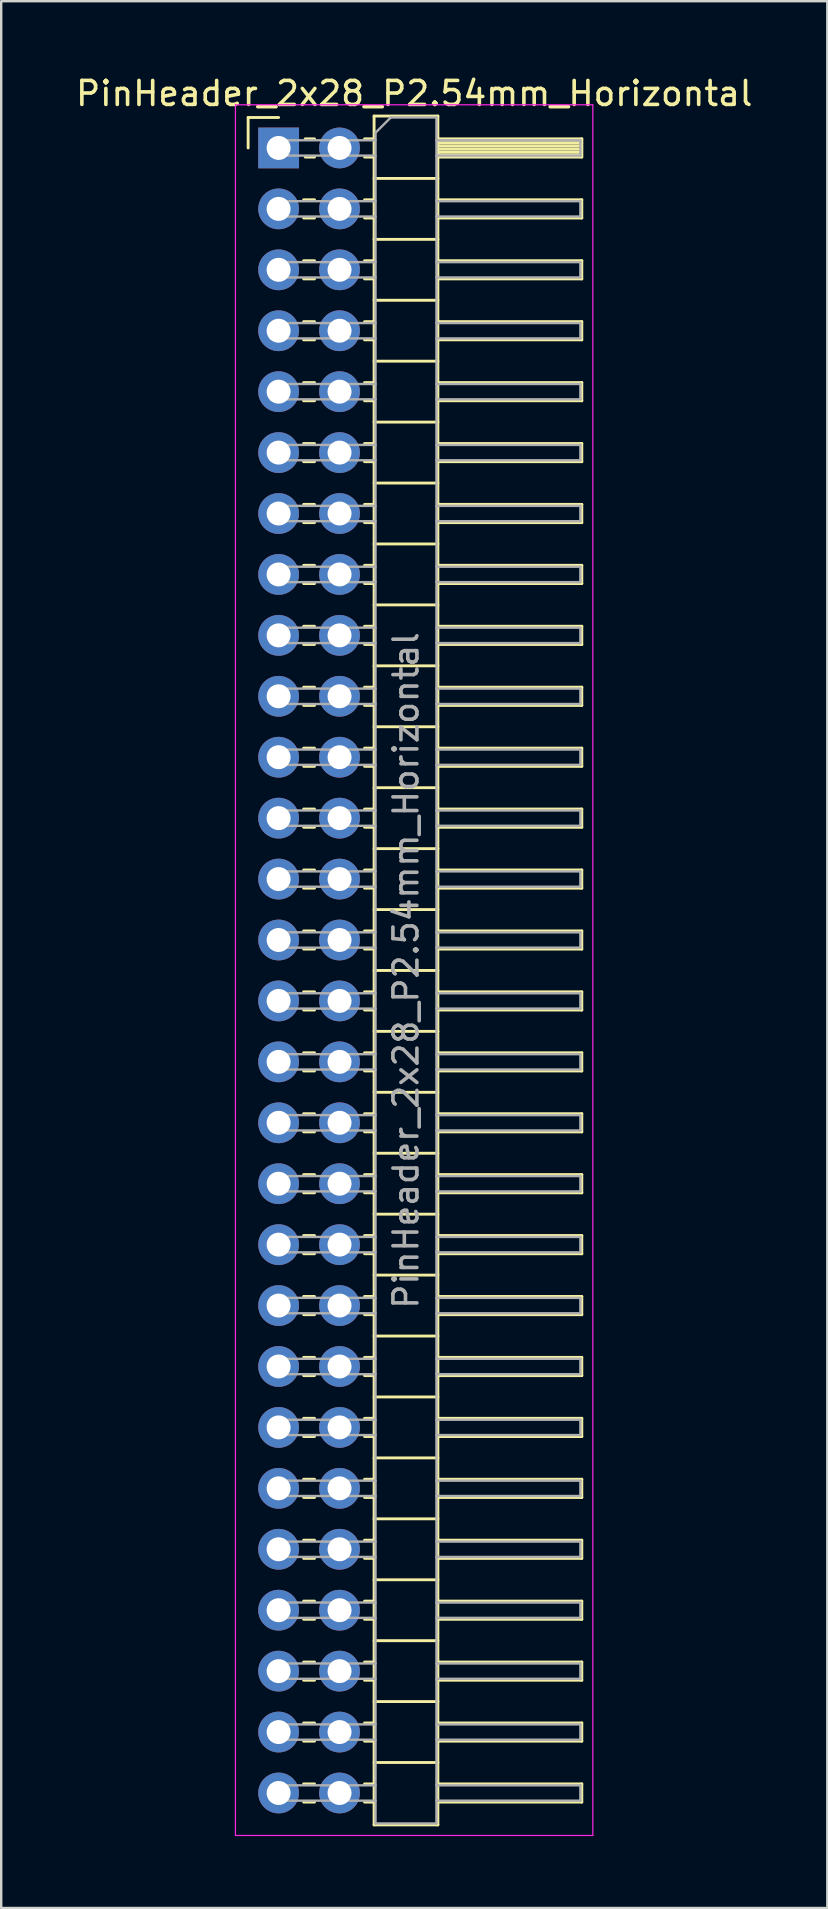
<source format=kicad_pcb>
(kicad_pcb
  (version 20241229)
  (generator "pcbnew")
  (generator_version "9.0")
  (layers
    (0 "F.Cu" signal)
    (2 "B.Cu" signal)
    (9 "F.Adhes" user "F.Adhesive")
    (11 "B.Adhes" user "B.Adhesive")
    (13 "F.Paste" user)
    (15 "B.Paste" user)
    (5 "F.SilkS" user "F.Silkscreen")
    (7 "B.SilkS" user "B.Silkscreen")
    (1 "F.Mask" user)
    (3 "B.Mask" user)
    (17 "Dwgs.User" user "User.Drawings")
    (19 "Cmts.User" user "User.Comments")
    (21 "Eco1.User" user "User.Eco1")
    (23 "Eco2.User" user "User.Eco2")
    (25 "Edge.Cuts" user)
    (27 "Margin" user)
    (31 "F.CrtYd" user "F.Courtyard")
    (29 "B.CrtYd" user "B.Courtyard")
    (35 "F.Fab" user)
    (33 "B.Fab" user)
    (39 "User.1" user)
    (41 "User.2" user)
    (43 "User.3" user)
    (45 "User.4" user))
  (footprint "PinHeader_2x28_P2.54mm_Horizontal"
    (layer "F.Cu")
    (at 8.565 3.118)
    (property "Reference" "PinHeader_2x28_P2.54mm_Horizontal" (at 5.655 -2.27 0) (layer "F.SilkS") (effects (font (size 1 1) (thickness 0.15))))
    (attr through_hole)
    (fp_line (start -1.27 -1.27) (end 0 -1.27) (stroke (width 0.12) (type solid)) (layer "F.SilkS"))
    (fp_line (start -1.27 0) (end -1.27 -1.27) (stroke (width 0.12) (type solid)) (layer "F.SilkS"))
    (fp_line (start 1.043 2.16) (end 1.497 2.16) (stroke (width 0.12) (type solid)) (layer "F.SilkS"))
    (fp_line (start 1.043 2.92) (end 1.497 2.92) (stroke (width 0.12) (type solid)) (layer "F.SilkS"))
    (fp_line (start 1.043 4.7) (end 1.497 4.7) (stroke (width 0.12) (type solid)) (layer "F.SilkS"))
    (fp_line (start 1.043 5.46) (end 1.497 5.46) (stroke (width 0.12) (type solid)) (layer "F.SilkS"))
    (fp_line (start 1.043 7.24) (end 1.497 7.24) (stroke (width 0.12) (type solid)) (layer "F.SilkS"))
    (fp_line (start 1.043 8) (end 1.497 8) (stroke (width 0.12) (type solid)) (layer "F.SilkS"))
    (fp_line (start 1.043 9.78) (end 1.497 9.78) (stroke (width 0.12) (type solid)) (layer "F.SilkS"))
    (fp_line (start 1.043 10.54) (end 1.497 10.54) (stroke (width 0.12) (type solid)) (layer "F.SilkS"))
    (fp_line (start 1.043 12.32) (end 1.497 12.32) (stroke (width 0.12) (type solid)) (layer "F.SilkS"))
    (fp_line (start 1.043 13.08) (end 1.497 13.08) (stroke (width 0.12) (type solid)) (layer "F.SilkS"))
    (fp_line (start 1.043 14.86) (end 1.497 14.86) (stroke (width 0.12) (type solid)) (layer "F.SilkS"))
    (fp_line (start 1.043 15.62) (end 1.497 15.62) (stroke (width 0.12) (type solid)) (layer "F.SilkS"))
    (fp_line (start 1.043 17.4) (end 1.497 17.4) (stroke (width 0.12) (type solid)) (layer "F.SilkS"))
    (fp_line (start 1.043 18.16) (end 1.497 18.16) (stroke (width 0.12) (type solid)) (layer "F.SilkS"))
    (fp_line (start 1.043 19.94) (end 1.497 19.94) (stroke (width 0.12) (type solid)) (layer "F.SilkS"))
    (fp_line (start 1.043 20.7) (end 1.497 20.7) (stroke (width 0.12) (type solid)) (layer "F.SilkS"))
    (fp_line (start 1.043 22.48) (end 1.497 22.48) (stroke (width 0.12) (type solid)) (layer "F.SilkS"))
    (fp_line (start 1.043 23.24) (end 1.497 23.24) (stroke (width 0.12) (type solid)) (layer "F.SilkS"))
    (fp_line (start 1.043 25.02) (end 1.497 25.02) (stroke (width 0.12) (type solid)) (layer "F.SilkS"))
    (fp_line (start 1.043 25.78) (end 1.497 25.78) (stroke (width 0.12) (type solid)) (layer "F.SilkS"))
    (fp_line (start 1.043 27.56) (end 1.497 27.56) (stroke (width 0.12) (type solid)) (layer "F.SilkS"))
    (fp_line (start 1.043 28.32) (end 1.497 28.32) (stroke (width 0.12) (type solid)) (layer "F.SilkS"))
    (fp_line (start 1.043 30.1) (end 1.497 30.1) (stroke (width 0.12) (type solid)) (layer "F.SilkS"))
    (fp_line (start 1.043 30.86) (end 1.497 30.86) (stroke (width 0.12) (type solid)) (layer "F.SilkS"))
    (fp_line (start 1.043 32.64) (end 1.497 32.64) (stroke (width 0.12) (type solid)) (layer "F.SilkS"))
    (fp_line (start 1.043 33.4) (end 1.497 33.4) (stroke (width 0.12) (type solid)) (layer "F.SilkS"))
    (fp_line (start 1.043 35.18) (end 1.497 35.18) (stroke (width 0.12) (type solid)) (layer "F.SilkS"))
    (fp_line (start 1.043 35.94) (end 1.497 35.94) (stroke (width 0.12) (type solid)) (layer "F.SilkS"))
    (fp_line (start 1.043 37.72) (end 1.497 37.72) (stroke (width 0.12) (type solid)) (layer "F.SilkS"))
    (fp_line (start 1.043 38.48) (end 1.497 38.48) (stroke (width 0.12) (type solid)) (layer "F.SilkS"))
    (fp_line (start 1.043 40.26) (end 1.497 40.26) (stroke (width 0.12) (type solid)) (layer "F.SilkS"))
    (fp_line (start 1.043 41.02) (end 1.497 41.02) (stroke (width 0.12) (type solid)) (layer "F.SilkS"))
    (fp_line (start 1.043 42.8) (end 1.497 42.8) (stroke (width 0.12) (type solid)) (layer "F.SilkS"))
    (fp_line (start 1.043 43.56) (end 1.497 43.56) (stroke (width 0.12) (type solid)) (layer "F.SilkS"))
    (fp_line (start 1.043 45.34) (end 1.497 45.34) (stroke (width 0.12) (type solid)) (layer "F.SilkS"))
    (fp_line (start 1.043 46.1) (end 1.497 46.1) (stroke (width 0.12) (type solid)) (layer "F.SilkS"))
    (fp_line (start 1.043 47.88) (end 1.497 47.88) (stroke (width 0.12) (type solid)) (layer "F.SilkS"))
    (fp_line (start 1.043 48.64) (end 1.497 48.64) (stroke (width 0.12) (type solid)) (layer "F.SilkS"))
    (fp_line (start 1.043 50.42) (end 1.497 50.42) (stroke (width 0.12) (type solid)) (layer "F.SilkS"))
    (fp_line (start 1.043 51.18) (end 1.497 51.18) (stroke (width 0.12) (type solid)) (layer "F.SilkS"))
    (fp_line (start 1.043 52.96) (end 1.497 52.96) (stroke (width 0.12) (type solid)) (layer "F.SilkS"))
    (fp_line (start 1.043 53.72) (end 1.497 53.72) (stroke (width 0.12) (type solid)) (layer "F.SilkS"))
    (fp_line (start 1.043 55.5) (end 1.497 55.5) (stroke (width 0.12) (type solid)) (layer "F.SilkS"))
    (fp_line (start 1.043 56.26) (end 1.497 56.26) (stroke (width 0.12) (type solid)) (layer "F.SilkS"))
    (fp_line (start 1.043 58.04) (end 1.497 58.04) (stroke (width 0.12) (type solid)) (layer "F.SilkS"))
    (fp_line (start 1.043 58.8) (end 1.497 58.8) (stroke (width 0.12) (type solid)) (layer "F.SilkS"))
    (fp_line (start 1.043 60.58) (end 1.497 60.58) (stroke (width 0.12) (type solid)) (layer "F.SilkS"))
    (fp_line (start 1.043 61.34) (end 1.497 61.34) (stroke (width 0.12) (type solid)) (layer "F.SilkS"))
    (fp_line (start 1.043 63.12) (end 1.497 63.12) (stroke (width 0.12) (type solid)) (layer "F.SilkS"))
    (fp_line (start 1.043 63.88) (end 1.497 63.88) (stroke (width 0.12) (type solid)) (layer "F.SilkS"))
    (fp_line (start 1.043 65.66) (end 1.497 65.66) (stroke (width 0.12) (type solid)) (layer "F.SilkS"))
    (fp_line (start 1.043 66.42) (end 1.497 66.42) (stroke (width 0.12) (type solid)) (layer "F.SilkS"))
    (fp_line (start 1.043 68.2) (end 1.497 68.2) (stroke (width 0.12) (type solid)) (layer "F.SilkS"))
    (fp_line (start 1.043 68.96) (end 1.497 68.96) (stroke (width 0.12) (type solid)) (layer "F.SilkS"))
    (fp_line (start 1.11 -0.38) (end 1.497 -0.38) (stroke (width 0.12) (type solid)) (layer "F.SilkS"))
    (fp_line (start 1.11 0.38) (end 1.497 0.38) (stroke (width 0.12) (type solid)) (layer "F.SilkS"))
    (fp_line (start 3.583 -0.38) (end 3.98 -0.38) (stroke (width 0.12) (type solid)) (layer "F.SilkS"))
    (fp_line (start 3.583 0.38) (end 3.98 0.38) (stroke (width 0.12) (type solid)) (layer "F.SilkS"))
    (fp_line (start 3.583 2.16) (end 3.98 2.16) (stroke (width 0.12) (type solid)) (layer "F.SilkS"))
    (fp_line (start 3.583 2.92) (end 3.98 2.92) (stroke (width 0.12) (type solid)) (layer "F.SilkS"))
    (fp_line (start 3.583 4.7) (end 3.98 4.7) (stroke (width 0.12) (type solid)) (layer "F.SilkS"))
    (fp_line (start 3.583 5.46) (end 3.98 5.46) (stroke (width 0.12) (type solid)) (layer "F.SilkS"))
    (fp_line (start 3.583 7.24) (end 3.98 7.24) (stroke (width 0.12) (type solid)) (layer "F.SilkS"))
    (fp_line (start 3.583 8) (end 3.98 8) (stroke (width 0.12) (type solid)) (layer "F.SilkS"))
    (fp_line (start 3.583 9.78) (end 3.98 9.78) (stroke (width 0.12) (type solid)) (layer "F.SilkS"))
    (fp_line (start 3.583 10.54) (end 3.98 10.54) (stroke (width 0.12) (type solid)) (layer "F.SilkS"))
    (fp_line (start 3.583 12.32) (end 3.98 12.32) (stroke (width 0.12) (type solid)) (layer "F.SilkS"))
    (fp_line (start 3.583 13.08) (end 3.98 13.08) (stroke (width 0.12) (type solid)) (layer "F.SilkS"))
    (fp_line (start 3.583 14.86) (end 3.98 14.86) (stroke (width 0.12) (type solid)) (layer "F.SilkS"))
    (fp_line (start 3.583 15.62) (end 3.98 15.62) (stroke (width 0.12) (type solid)) (layer "F.SilkS"))
    (fp_line (start 3.583 17.4) (end 3.98 17.4) (stroke (width 0.12) (type solid)) (layer "F.SilkS"))
    (fp_line (start 3.583 18.16) (end 3.98 18.16) (stroke (width 0.12) (type solid)) (layer "F.SilkS"))
    (fp_line (start 3.583 19.94) (end 3.98 19.94) (stroke (width 0.12) (type solid)) (layer "F.SilkS"))
    (fp_line (start 3.583 20.7) (end 3.98 20.7) (stroke (width 0.12) (type solid)) (layer "F.SilkS"))
    (fp_line (start 3.583 22.48) (end 3.98 22.48) (stroke (width 0.12) (type solid)) (layer "F.SilkS"))
    (fp_line (start 3.583 23.24) (end 3.98 23.24) (stroke (width 0.12) (type solid)) (layer "F.SilkS"))
    (fp_line (start 3.583 25.02) (end 3.98 25.02) (stroke (width 0.12) (type solid)) (layer "F.SilkS"))
    (fp_line (start 3.583 25.78) (end 3.98 25.78) (stroke (width 0.12) (type solid)) (layer "F.SilkS"))
    (fp_line (start 3.583 27.56) (end 3.98 27.56) (stroke (width 0.12) (type solid)) (layer "F.SilkS"))
    (fp_line (start 3.583 28.32) (end 3.98 28.32) (stroke (width 0.12) (type solid)) (layer "F.SilkS"))
    (fp_line (start 3.583 30.1) (end 3.98 30.1) (stroke (width 0.12) (type solid)) (layer "F.SilkS"))
    (fp_line (start 3.583 30.86) (end 3.98 30.86) (stroke (width 0.12) (type solid)) (layer "F.SilkS"))
    (fp_line (start 3.583 32.64) (end 3.98 32.64) (stroke (width 0.12) (type solid)) (layer "F.SilkS"))
    (fp_line (start 3.583 33.4) (end 3.98 33.4) (stroke (width 0.12) (type solid)) (layer "F.SilkS"))
    (fp_line (start 3.583 35.18) (end 3.98 35.18) (stroke (width 0.12) (type solid)) (layer "F.SilkS"))
    (fp_line (start 3.583 35.94) (end 3.98 35.94) (stroke (width 0.12) (type solid)) (layer "F.SilkS"))
    (fp_line (start 3.583 37.72) (end 3.98 37.72) (stroke (width 0.12) (type solid)) (layer "F.SilkS"))
    (fp_line (start 3.583 38.48) (end 3.98 38.48) (stroke (width 0.12) (type solid)) (layer "F.SilkS"))
    (fp_line (start 3.583 40.26) (end 3.98 40.26) (stroke (width 0.12) (type solid)) (layer "F.SilkS"))
    (fp_line (start 3.583 41.02) (end 3.98 41.02) (stroke (width 0.12) (type solid)) (layer "F.SilkS"))
    (fp_line (start 3.583 42.8) (end 3.98 42.8) (stroke (width 0.12) (type solid)) (layer "F.SilkS"))
    (fp_line (start 3.583 43.56) (end 3.98 43.56) (stroke (width 0.12) (type solid)) (layer "F.SilkS"))
    (fp_line (start 3.583 45.34) (end 3.98 45.34) (stroke (width 0.12) (type solid)) (layer "F.SilkS"))
    (fp_line (start 3.583 46.1) (end 3.98 46.1) (stroke (width 0.12) (type solid)) (layer "F.SilkS"))
    (fp_line (start 3.583 47.88) (end 3.98 47.88) (stroke (width 0.12) (type solid)) (layer "F.SilkS"))
    (fp_line (start 3.583 48.64) (end 3.98 48.64) (stroke (width 0.12) (type solid)) (layer "F.SilkS"))
    (fp_line (start 3.583 50.42) (end 3.98 50.42) (stroke (width 0.12) (type solid)) (layer "F.SilkS"))
    (fp_line (start 3.583 51.18) (end 3.98 51.18) (stroke (width 0.12) (type solid)) (layer "F.SilkS"))
    (fp_line (start 3.583 52.96) (end 3.98 52.96) (stroke (width 0.12) (type solid)) (layer "F.SilkS"))
    (fp_line (start 3.583 53.72) (end 3.98 53.72) (stroke (width 0.12) (type solid)) (layer "F.SilkS"))
    (fp_line (start 3.583 55.5) (end 3.98 55.5) (stroke (width 0.12) (type solid)) (layer "F.SilkS"))
    (fp_line (start 3.583 56.26) (end 3.98 56.26) (stroke (width 0.12) (type solid)) (layer "F.SilkS"))
    (fp_line (start 3.583 58.04) (end 3.98 58.04) (stroke (width 0.12) (type solid)) (layer "F.SilkS"))
    (fp_line (start 3.583 58.8) (end 3.98 58.8) (stroke (width 0.12) (type solid)) (layer "F.SilkS"))
    (fp_line (start 3.583 60.58) (end 3.98 60.58) (stroke (width 0.12) (type solid)) (layer "F.SilkS"))
    (fp_line (start 3.583 61.34) (end 3.98 61.34) (stroke (width 0.12) (type solid)) (layer "F.SilkS"))
    (fp_line (start 3.583 63.12) (end 3.98 63.12) (stroke (width 0.12) (type solid)) (layer "F.SilkS"))
    (fp_line (start 3.583 63.88) (end 3.98 63.88) (stroke (width 0.12) (type solid)) (layer "F.SilkS"))
    (fp_line (start 3.583 65.66) (end 3.98 65.66) (stroke (width 0.12) (type solid)) (layer "F.SilkS"))
    (fp_line (start 3.583 66.42) (end 3.98 66.42) (stroke (width 0.12) (type solid)) (layer "F.SilkS"))
    (fp_line (start 3.583 68.2) (end 3.98 68.2) (stroke (width 0.12) (type solid)) (layer "F.SilkS"))
    (fp_line (start 3.583 68.96) (end 3.98 68.96) (stroke (width 0.12) (type solid)) (layer "F.SilkS"))
    (fp_line (start 3.98 -1.33) (end 3.98 69.91) (stroke (width 0.12) (type solid)) (layer "F.SilkS"))
    (fp_line (start 3.98 1.27) (end 6.64 1.27) (stroke (width 0.12) (type solid)) (layer "F.SilkS"))
    (fp_line (start 3.98 3.81) (end 6.64 3.81) (stroke (width 0.12) (type solid)) (layer "F.SilkS"))
    (fp_line (start 3.98 6.35) (end 6.64 6.35) (stroke (width 0.12) (type solid)) (layer "F.SilkS"))
    (fp_line (start 3.98 8.89) (end 6.64 8.89) (stroke (width 0.12) (type solid)) (layer "F.SilkS"))
    (fp_line (start 3.98 11.43) (end 6.64 11.43) (stroke (width 0.12) (type solid)) (layer "F.SilkS"))
    (fp_line (start 3.98 13.97) (end 6.64 13.97) (stroke (width 0.12) (type solid)) (layer "F.SilkS"))
    (fp_line (start 3.98 16.51) (end 6.64 16.51) (stroke (width 0.12) (type solid)) (layer "F.SilkS"))
    (fp_line (start 3.98 19.05) (end 6.64 19.05) (stroke (width 0.12) (type solid)) (layer "F.SilkS"))
    (fp_line (start 3.98 21.59) (end 6.64 21.59) (stroke (width 0.12) (type solid)) (layer "F.SilkS"))
    (fp_line (start 3.98 24.13) (end 6.64 24.13) (stroke (width 0.12) (type solid)) (layer "F.SilkS"))
    (fp_line (start 3.98 26.67) (end 6.64 26.67) (stroke (width 0.12) (type solid)) (layer "F.SilkS"))
    (fp_line (start 3.98 29.21) (end 6.64 29.21) (stroke (width 0.12) (type solid)) (layer "F.SilkS"))
    (fp_line (start 3.98 31.75) (end 6.64 31.75) (stroke (width 0.12) (type solid)) (layer "F.SilkS"))
    (fp_line (start 3.98 34.29) (end 6.64 34.29) (stroke (width 0.12) (type solid)) (layer "F.SilkS"))
    (fp_line (start 3.98 36.83) (end 6.64 36.83) (stroke (width 0.12) (type solid)) (layer "F.SilkS"))
    (fp_line (start 3.98 39.37) (end 6.64 39.37) (stroke (width 0.12) (type solid)) (layer "F.SilkS"))
    (fp_line (start 3.98 41.91) (end 6.64 41.91) (stroke (width 0.12) (type solid)) (layer "F.SilkS"))
    (fp_line (start 3.98 44.45) (end 6.64 44.45) (stroke (width 0.12) (type solid)) (layer "F.SilkS"))
    (fp_line (start 3.98 46.99) (end 6.64 46.99) (stroke (width 0.12) (type solid)) (layer "F.SilkS"))
    (fp_line (start 3.98 49.53) (end 6.64 49.53) (stroke (width 0.12) (type solid)) (layer "F.SilkS"))
    (fp_line (start 3.98 52.07) (end 6.64 52.07) (stroke (width 0.12) (type solid)) (layer "F.SilkS"))
    (fp_line (start 3.98 54.61) (end 6.64 54.61) (stroke (width 0.12) (type solid)) (layer "F.SilkS"))
    (fp_line (start 3.98 57.15) (end 6.64 57.15) (stroke (width 0.12) (type solid)) (layer "F.SilkS"))
    (fp_line (start 3.98 59.69) (end 6.64 59.69) (stroke (width 0.12) (type solid)) (layer "F.SilkS"))
    (fp_line (start 3.98 62.23) (end 6.64 62.23) (stroke (width 0.12) (type solid)) (layer "F.SilkS"))
    (fp_line (start 3.98 64.77) (end 6.64 64.77) (stroke (width 0.12) (type solid)) (layer "F.SilkS"))
    (fp_line (start 3.98 67.31) (end 6.64 67.31) (stroke (width 0.12) (type solid)) (layer "F.SilkS"))
    (fp_line (start 3.98 69.91) (end 6.64 69.91) (stroke (width 0.12) (type solid)) (layer "F.SilkS"))
    (fp_line (start 6.64 -1.33) (end 3.98 -1.33) (stroke (width 0.12) (type solid)) (layer "F.SilkS"))
    (fp_line (start 6.64 -0.38) (end 12.64 -0.38) (stroke (width 0.12) (type solid)) (layer "F.SilkS"))
    (fp_line (start 6.64 -0.32) (end 12.64 -0.32) (stroke (width 0.12) (type solid)) (layer "F.SilkS"))
    (fp_line (start 6.64 -0.2) (end 12.64 -0.2) (stroke (width 0.12) (type solid)) (layer "F.SilkS"))
    (fp_line (start 6.64 -0.08) (end 12.64 -0.08) (stroke (width 0.12) (type solid)) (layer "F.SilkS"))
    (fp_line (start 6.64 0.04) (end 12.64 0.04) (stroke (width 0.12) (type solid)) (layer "F.SilkS"))
    (fp_line (start 6.64 0.16) (end 12.64 0.16) (stroke (width 0.12) (type solid)) (layer "F.SilkS"))
    (fp_line (start 6.64 0.28) (end 12.64 0.28) (stroke (width 0.12) (type solid)) (layer "F.SilkS"))
    (fp_line (start 6.64 2.16) (end 12.64 2.16) (stroke (width 0.12) (type solid)) (layer "F.SilkS"))
    (fp_line (start 6.64 4.7) (end 12.64 4.7) (stroke (width 0.12) (type solid)) (layer "F.SilkS"))
    (fp_line (start 6.64 7.24) (end 12.64 7.24) (stroke (width 0.12) (type solid)) (layer "F.SilkS"))
    (fp_line (start 6.64 9.78) (end 12.64 9.78) (stroke (width 0.12) (type solid)) (layer "F.SilkS"))
    (fp_line (start 6.64 12.32) (end 12.64 12.32) (stroke (width 0.12) (type solid)) (layer "F.SilkS"))
    (fp_line (start 6.64 14.86) (end 12.64 14.86) (stroke (width 0.12) (type solid)) (layer "F.SilkS"))
    (fp_line (start 6.64 17.4) (end 12.64 17.4) (stroke (width 0.12) (type solid)) (layer "F.SilkS"))
    (fp_line (start 6.64 19.94) (end 12.64 19.94) (stroke (width 0.12) (type solid)) (layer "F.SilkS"))
    (fp_line (start 6.64 22.48) (end 12.64 22.48) (stroke (width 0.12) (type solid)) (layer "F.SilkS"))
    (fp_line (start 6.64 25.02) (end 12.64 25.02) (stroke (width 0.12) (type solid)) (layer "F.SilkS"))
    (fp_line (start 6.64 27.56) (end 12.64 27.56) (stroke (width 0.12) (type solid)) (layer "F.SilkS"))
    (fp_line (start 6.64 30.1) (end 12.64 30.1) (stroke (width 0.12) (type solid)) (layer "F.SilkS"))
    (fp_line (start 6.64 32.64) (end 12.64 32.64) (stroke (width 0.12) (type solid)) (layer "F.SilkS"))
    (fp_line (start 6.64 35.18) (end 12.64 35.18) (stroke (width 0.12) (type solid)) (layer "F.SilkS"))
    (fp_line (start 6.64 37.72) (end 12.64 37.72) (stroke (width 0.12) (type solid)) (layer "F.SilkS"))
    (fp_line (start 6.64 40.26) (end 12.64 40.26) (stroke (width 0.12) (type solid)) (layer "F.SilkS"))
    (fp_line (start 6.64 42.8) (end 12.64 42.8) (stroke (width 0.12) (type solid)) (layer "F.SilkS"))
    (fp_line (start 6.64 45.34) (end 12.64 45.34) (stroke (width 0.12) (type solid)) (layer "F.SilkS"))
    (fp_line (start 6.64 47.88) (end 12.64 47.88) (stroke (width 0.12) (type solid)) (layer "F.SilkS"))
    (fp_line (start 6.64 50.42) (end 12.64 50.42) (stroke (width 0.12) (type solid)) (layer "F.SilkS"))
    (fp_line (start 6.64 52.96) (end 12.64 52.96) (stroke (width 0.12) (type solid)) (layer "F.SilkS"))
    (fp_line (start 6.64 55.5) (end 12.64 55.5) (stroke (width 0.12) (type solid)) (layer "F.SilkS"))
    (fp_line (start 6.64 58.04) (end 12.64 58.04) (stroke (width 0.12) (type solid)) (layer "F.SilkS"))
    (fp_line (start 6.64 60.58) (end 12.64 60.58) (stroke (width 0.12) (type solid)) (layer "F.SilkS"))
    (fp_line (start 6.64 63.12) (end 12.64 63.12) (stroke (width 0.12) (type solid)) (layer "F.SilkS"))
    (fp_line (start 6.64 65.66) (end 12.64 65.66) (stroke (width 0.12) (type solid)) (layer "F.SilkS"))
    (fp_line (start 6.64 68.2) (end 12.64 68.2) (stroke (width 0.12) (type solid)) (layer "F.SilkS"))
    (fp_line (start 6.64 69.91) (end 6.64 -1.33) (stroke (width 0.12) (type solid)) (layer "F.SilkS"))
    (fp_line (start 12.64 -0.38) (end 12.64 0.38) (stroke (width 0.12) (type solid)) (layer "F.SilkS"))
    (fp_line (start 12.64 0.38) (end 6.64 0.38) (stroke (width 0.12) (type solid)) (layer "F.SilkS"))
    (fp_line (start 12.64 2.16) (end 12.64 2.92) (stroke (width 0.12) (type solid)) (layer "F.SilkS"))
    (fp_line (start 12.64 2.92) (end 6.64 2.92) (stroke (width 0.12) (type solid)) (layer "F.SilkS"))
    (fp_line (start 12.64 4.7) (end 12.64 5.46) (stroke (width 0.12) (type solid)) (layer "F.SilkS"))
    (fp_line (start 12.64 5.46) (end 6.64 5.46) (stroke (width 0.12) (type solid)) (layer "F.SilkS"))
    (fp_line (start 12.64 7.24) (end 12.64 8) (stroke (width 0.12) (type solid)) (layer "F.SilkS"))
    (fp_line (start 12.64 8) (end 6.64 8) (stroke (width 0.12) (type solid)) (layer "F.SilkS"))
    (fp_line (start 12.64 9.78) (end 12.64 10.54) (stroke (width 0.12) (type solid)) (layer "F.SilkS"))
    (fp_line (start 12.64 10.54) (end 6.64 10.54) (stroke (width 0.12) (type solid)) (layer "F.SilkS"))
    (fp_line (start 12.64 12.32) (end 12.64 13.08) (stroke (width 0.12) (type solid)) (layer "F.SilkS"))
    (fp_line (start 12.64 13.08) (end 6.64 13.08) (stroke (width 0.12) (type solid)) (layer "F.SilkS"))
    (fp_line (start 12.64 14.86) (end 12.64 15.62) (stroke (width 0.12) (type solid)) (layer "F.SilkS"))
    (fp_line (start 12.64 15.62) (end 6.64 15.62) (stroke (width 0.12) (type solid)) (layer "F.SilkS"))
    (fp_line (start 12.64 17.4) (end 12.64 18.16) (stroke (width 0.12) (type solid)) (layer "F.SilkS"))
    (fp_line (start 12.64 18.16) (end 6.64 18.16) (stroke (width 0.12) (type solid)) (layer "F.SilkS"))
    (fp_line (start 12.64 19.94) (end 12.64 20.7) (stroke (width 0.12) (type solid)) (layer "F.SilkS"))
    (fp_line (start 12.64 20.7) (end 6.64 20.7) (stroke (width 0.12) (type solid)) (layer "F.SilkS"))
    (fp_line (start 12.64 22.48) (end 12.64 23.24) (stroke (width 0.12) (type solid)) (layer "F.SilkS"))
    (fp_line (start 12.64 23.24) (end 6.64 23.24) (stroke (width 0.12) (type solid)) (layer "F.SilkS"))
    (fp_line (start 12.64 25.02) (end 12.64 25.78) (stroke (width 0.12) (type solid)) (layer "F.SilkS"))
    (fp_line (start 12.64 25.78) (end 6.64 25.78) (stroke (width 0.12) (type solid)) (layer "F.SilkS"))
    (fp_line (start 12.64 27.56) (end 12.64 28.32) (stroke (width 0.12) (type solid)) (layer "F.SilkS"))
    (fp_line (start 12.64 28.32) (end 6.64 28.32) (stroke (width 0.12) (type solid)) (layer "F.SilkS"))
    (fp_line (start 12.64 30.1) (end 12.64 30.86) (stroke (width 0.12) (type solid)) (layer "F.SilkS"))
    (fp_line (start 12.64 30.86) (end 6.64 30.86) (stroke (width 0.12) (type solid)) (layer "F.SilkS"))
    (fp_line (start 12.64 32.64) (end 12.64 33.4) (stroke (width 0.12) (type solid)) (layer "F.SilkS"))
    (fp_line (start 12.64 33.4) (end 6.64 33.4) (stroke (width 0.12) (type solid)) (layer "F.SilkS"))
    (fp_line (start 12.64 35.18) (end 12.64 35.94) (stroke (width 0.12) (type solid)) (layer "F.SilkS"))
    (fp_line (start 12.64 35.94) (end 6.64 35.94) (stroke (width 0.12) (type solid)) (layer "F.SilkS"))
    (fp_line (start 12.64 37.72) (end 12.64 38.48) (stroke (width 0.12) (type solid)) (layer "F.SilkS"))
    (fp_line (start 12.64 38.48) (end 6.64 38.48) (stroke (width 0.12) (type solid)) (layer "F.SilkS"))
    (fp_line (start 12.64 40.26) (end 12.64 41.02) (stroke (width 0.12) (type solid)) (layer "F.SilkS"))
    (fp_line (start 12.64 41.02) (end 6.64 41.02) (stroke (width 0.12) (type solid)) (layer "F.SilkS"))
    (fp_line (start 12.64 42.8) (end 12.64 43.56) (stroke (width 0.12) (type solid)) (layer "F.SilkS"))
    (fp_line (start 12.64 43.56) (end 6.64 43.56) (stroke (width 0.12) (type solid)) (layer "F.SilkS"))
    (fp_line (start 12.64 45.34) (end 12.64 46.1) (stroke (width 0.12) (type solid)) (layer "F.SilkS"))
    (fp_line (start 12.64 46.1) (end 6.64 46.1) (stroke (width 0.12) (type solid)) (layer "F.SilkS"))
    (fp_line (start 12.64 47.88) (end 12.64 48.64) (stroke (width 0.12) (type solid)) (layer "F.SilkS"))
    (fp_line (start 12.64 48.64) (end 6.64 48.64) (stroke (width 0.12) (type solid)) (layer "F.SilkS"))
    (fp_line (start 12.64 50.42) (end 12.64 51.18) (stroke (width 0.12) (type solid)) (layer "F.SilkS"))
    (fp_line (start 12.64 51.18) (end 6.64 51.18) (stroke (width 0.12) (type solid)) (layer "F.SilkS"))
    (fp_line (start 12.64 52.96) (end 12.64 53.72) (stroke (width 0.12) (type solid)) (layer "F.SilkS"))
    (fp_line (start 12.64 53.72) (end 6.64 53.72) (stroke (width 0.12) (type solid)) (layer "F.SilkS"))
    (fp_line (start 12.64 55.5) (end 12.64 56.26) (stroke (width 0.12) (type solid)) (layer "F.SilkS"))
    (fp_line (start 12.64 56.26) (end 6.64 56.26) (stroke (width 0.12) (type solid)) (layer "F.SilkS"))
    (fp_line (start 12.64 58.04) (end 12.64 58.8) (stroke (width 0.12) (type solid)) (layer "F.SilkS"))
    (fp_line (start 12.64 58.8) (end 6.64 58.8) (stroke (width 0.12) (type solid)) (layer "F.SilkS"))
    (fp_line (start 12.64 60.58) (end 12.64 61.34) (stroke (width 0.12) (type solid)) (layer "F.SilkS"))
    (fp_line (start 12.64 61.34) (end 6.64 61.34) (stroke (width 0.12) (type solid)) (layer "F.SilkS"))
    (fp_line (start 12.64 63.12) (end 12.64 63.88) (stroke (width 0.12) (type solid)) (layer "F.SilkS"))
    (fp_line (start 12.64 63.88) (end 6.64 63.88) (stroke (width 0.12) (type solid)) (layer "F.SilkS"))
    (fp_line (start 12.64 65.66) (end 12.64 66.42) (stroke (width 0.12) (type solid)) (layer "F.SilkS"))
    (fp_line (start 12.64 66.42) (end 6.64 66.42) (stroke (width 0.12) (type solid)) (layer "F.SilkS"))
    (fp_line (start 12.64 68.2) (end 12.64 68.96) (stroke (width 0.12) (type solid)) (layer "F.SilkS"))
    (fp_line (start 12.64 68.96) (end 6.64 68.96) (stroke (width 0.12) (type solid)) (layer "F.SilkS"))
    (fp_line (start -1.8 -1.8) (end -1.8 70.35) (stroke (width 0.05) (type solid)) (layer "F.CrtYd"))
    (fp_line (start -1.8 70.35) (end 13.1 70.35) (stroke (width 0.05) (type solid)) (layer "F.CrtYd"))
    (fp_line (start 13.1 -1.8) (end -1.8 -1.8) (stroke (width 0.05) (type solid)) (layer "F.CrtYd"))
    (fp_line (start 13.1 70.35) (end 13.1 -1.8) (stroke (width 0.05) (type solid)) (layer "F.CrtYd"))
    (fp_line (start -0.32 -0.32) (end -0.32 0.32) (stroke (width 0.1) (type solid)) (layer "F.Fab"))
    (fp_line (start -0.32 -0.32) (end 4.04 -0.32) (stroke (width 0.1) (type solid)) (layer "F.Fab"))
    (fp_line (start -0.32 0.32) (end 4.04 0.32) (stroke (width 0.1) (type solid)) (layer "F.Fab"))
    (fp_line (start -0.32 2.22) (end -0.32 2.86) (stroke (width 0.1) (type solid)) (layer "F.Fab"))
    (fp_line (start -0.32 2.22) (end 4.04 2.22) (stroke (width 0.1) (type solid)) (layer "F.Fab"))
    (fp_line (start -0.32 2.86) (end 4.04 2.86) (stroke (width 0.1) (type solid)) (layer "F.Fab"))
    (fp_line (start -0.32 4.76) (end -0.32 5.4) (stroke (width 0.1) (type solid)) (layer "F.Fab"))
    (fp_line (start -0.32 4.76) (end 4.04 4.76) (stroke (width 0.1) (type solid)) (layer "F.Fab"))
    (fp_line (start -0.32 5.4) (end 4.04 5.4) (stroke (width 0.1) (type solid)) (layer "F.Fab"))
    (fp_line (start -0.32 7.3) (end -0.32 7.94) (stroke (width 0.1) (type solid)) (layer "F.Fab"))
    (fp_line (start -0.32 7.3) (end 4.04 7.3) (stroke (width 0.1) (type solid)) (layer "F.Fab"))
    (fp_line (start -0.32 7.94) (end 4.04 7.94) (stroke (width 0.1) (type solid)) (layer "F.Fab"))
    (fp_line (start -0.32 9.84) (end -0.32 10.48) (stroke (width 0.1) (type solid)) (layer "F.Fab"))
    (fp_line (start -0.32 9.84) (end 4.04 9.84) (stroke (width 0.1) (type solid)) (layer "F.Fab"))
    (fp_line (start -0.32 10.48) (end 4.04 10.48) (stroke (width 0.1) (type solid)) (layer "F.Fab"))
    (fp_line (start -0.32 12.38) (end -0.32 13.02) (stroke (width 0.1) (type solid)) (layer "F.Fab"))
    (fp_line (start -0.32 12.38) (end 4.04 12.38) (stroke (width 0.1) (type solid)) (layer "F.Fab"))
    (fp_line (start -0.32 13.02) (end 4.04 13.02) (stroke (width 0.1) (type solid)) (layer "F.Fab"))
    (fp_line (start -0.32 14.92) (end -0.32 15.56) (stroke (width 0.1) (type solid)) (layer "F.Fab"))
    (fp_line (start -0.32 14.92) (end 4.04 14.92) (stroke (width 0.1) (type solid)) (layer "F.Fab"))
    (fp_line (start -0.32 15.56) (end 4.04 15.56) (stroke (width 0.1) (type solid)) (layer "F.Fab"))
    (fp_line (start -0.32 17.46) (end -0.32 18.1) (stroke (width 0.1) (type solid)) (layer "F.Fab"))
    (fp_line (start -0.32 17.46) (end 4.04 17.46) (stroke (width 0.1) (type solid)) (layer "F.Fab"))
    (fp_line (start -0.32 18.1) (end 4.04 18.1) (stroke (width 0.1) (type solid)) (layer "F.Fab"))
    (fp_line (start -0.32 20) (end -0.32 20.64) (stroke (width 0.1) (type solid)) (layer "F.Fab"))
    (fp_line (start -0.32 20) (end 4.04 20) (stroke (width 0.1) (type solid)) (layer "F.Fab"))
    (fp_line (start -0.32 20.64) (end 4.04 20.64) (stroke (width 0.1) (type solid)) (layer "F.Fab"))
    (fp_line (start -0.32 22.54) (end -0.32 23.18) (stroke (width 0.1) (type solid)) (layer "F.Fab"))
    (fp_line (start -0.32 22.54) (end 4.04 22.54) (stroke (width 0.1) (type solid)) (layer "F.Fab"))
    (fp_line (start -0.32 23.18) (end 4.04 23.18) (stroke (width 0.1) (type solid)) (layer "F.Fab"))
    (fp_line (start -0.32 25.08) (end -0.32 25.72) (stroke (width 0.1) (type solid)) (layer "F.Fab"))
    (fp_line (start -0.32 25.08) (end 4.04 25.08) (stroke (width 0.1) (type solid)) (layer "F.Fab"))
    (fp_line (start -0.32 25.72) (end 4.04 25.72) (stroke (width 0.1) (type solid)) (layer "F.Fab"))
    (fp_line (start -0.32 27.62) (end -0.32 28.26) (stroke (width 0.1) (type solid)) (layer "F.Fab"))
    (fp_line (start -0.32 27.62) (end 4.04 27.62) (stroke (width 0.1) (type solid)) (layer "F.Fab"))
    (fp_line (start -0.32 28.26) (end 4.04 28.26) (stroke (width 0.1) (type solid)) (layer "F.Fab"))
    (fp_line (start -0.32 30.16) (end -0.32 30.8) (stroke (width 0.1) (type solid)) (layer "F.Fab"))
    (fp_line (start -0.32 30.16) (end 4.04 30.16) (stroke (width 0.1) (type solid)) (layer "F.Fab"))
    (fp_line (start -0.32 30.8) (end 4.04 30.8) (stroke (width 0.1) (type solid)) (layer "F.Fab"))
    (fp_line (start -0.32 32.7) (end -0.32 33.34) (stroke (width 0.1) (type solid)) (layer "F.Fab"))
    (fp_line (start -0.32 32.7) (end 4.04 32.7) (stroke (width 0.1) (type solid)) (layer "F.Fab"))
    (fp_line (start -0.32 33.34) (end 4.04 33.34) (stroke (width 0.1) (type solid)) (layer "F.Fab"))
    (fp_line (start -0.32 35.24) (end -0.32 35.88) (stroke (width 0.1) (type solid)) (layer "F.Fab"))
    (fp_line (start -0.32 35.24) (end 4.04 35.24) (stroke (width 0.1) (type solid)) (layer "F.Fab"))
    (fp_line (start -0.32 35.88) (end 4.04 35.88) (stroke (width 0.1) (type solid)) (layer "F.Fab"))
    (fp_line (start -0.32 37.78) (end -0.32 38.42) (stroke (width 0.1) (type solid)) (layer "F.Fab"))
    (fp_line (start -0.32 37.78) (end 4.04 37.78) (stroke (width 0.1) (type solid)) (layer "F.Fab"))
    (fp_line (start -0.32 38.42) (end 4.04 38.42) (stroke (width 0.1) (type solid)) (layer "F.Fab"))
    (fp_line (start -0.32 40.32) (end -0.32 40.96) (stroke (width 0.1) (type solid)) (layer "F.Fab"))
    (fp_line (start -0.32 40.32) (end 4.04 40.32) (stroke (width 0.1) (type solid)) (layer "F.Fab"))
    (fp_line (start -0.32 40.96) (end 4.04 40.96) (stroke (width 0.1) (type solid)) (layer "F.Fab"))
    (fp_line (start -0.32 42.86) (end -0.32 43.5) (stroke (width 0.1) (type solid)) (layer "F.Fab"))
    (fp_line (start -0.32 42.86) (end 4.04 42.86) (stroke (width 0.1) (type solid)) (layer "F.Fab"))
    (fp_line (start -0.32 43.5) (end 4.04 43.5) (stroke (width 0.1) (type solid)) (layer "F.Fab"))
    (fp_line (start -0.32 45.4) (end -0.32 46.04) (stroke (width 0.1) (type solid)) (layer "F.Fab"))
    (fp_line (start -0.32 45.4) (end 4.04 45.4) (stroke (width 0.1) (type solid)) (layer "F.Fab"))
    (fp_line (start -0.32 46.04) (end 4.04 46.04) (stroke (width 0.1) (type solid)) (layer "F.Fab"))
    (fp_line (start -0.32 47.94) (end -0.32 48.58) (stroke (width 0.1) (type solid)) (layer "F.Fab"))
    (fp_line (start -0.32 47.94) (end 4.04 47.94) (stroke (width 0.1) (type solid)) (layer "F.Fab"))
    (fp_line (start -0.32 48.58) (end 4.04 48.58) (stroke (width 0.1) (type solid)) (layer "F.Fab"))
    (fp_line (start -0.32 50.48) (end -0.32 51.12) (stroke (width 0.1) (type solid)) (layer "F.Fab"))
    (fp_line (start -0.32 50.48) (end 4.04 50.48) (stroke (width 0.1) (type solid)) (layer "F.Fab"))
    (fp_line (start -0.32 51.12) (end 4.04 51.12) (stroke (width 0.1) (type solid)) (layer "F.Fab"))
    (fp_line (start -0.32 53.02) (end -0.32 53.66) (stroke (width 0.1) (type solid)) (layer "F.Fab"))
    (fp_line (start -0.32 53.02) (end 4.04 53.02) (stroke (width 0.1) (type solid)) (layer "F.Fab"))
    (fp_line (start -0.32 53.66) (end 4.04 53.66) (stroke (width 0.1) (type solid)) (layer "F.Fab"))
    (fp_line (start -0.32 55.56) (end -0.32 56.2) (stroke (width 0.1) (type solid)) (layer "F.Fab"))
    (fp_line (start -0.32 55.56) (end 4.04 55.56) (stroke (width 0.1) (type solid)) (layer "F.Fab"))
    (fp_line (start -0.32 56.2) (end 4.04 56.2) (stroke (width 0.1) (type solid)) (layer "F.Fab"))
    (fp_line (start -0.32 58.1) (end -0.32 58.74) (stroke (width 0.1) (type solid)) (layer "F.Fab"))
    (fp_line (start -0.32 58.1) (end 4.04 58.1) (stroke (width 0.1) (type solid)) (layer "F.Fab"))
    (fp_line (start -0.32 58.74) (end 4.04 58.74) (stroke (width 0.1) (type solid)) (layer "F.Fab"))
    (fp_line (start -0.32 60.64) (end -0.32 61.28) (stroke (width 0.1) (type solid)) (layer "F.Fab"))
    (fp_line (start -0.32 60.64) (end 4.04 60.64) (stroke (width 0.1) (type solid)) (layer "F.Fab"))
    (fp_line (start -0.32 61.28) (end 4.04 61.28) (stroke (width 0.1) (type solid)) (layer "F.Fab"))
    (fp_line (start -0.32 63.18) (end -0.32 63.82) (stroke (width 0.1) (type solid)) (layer "F.Fab"))
    (fp_line (start -0.32 63.18) (end 4.04 63.18) (stroke (width 0.1) (type solid)) (layer "F.Fab"))
    (fp_line (start -0.32 63.82) (end 4.04 63.82) (stroke (width 0.1) (type solid)) (layer "F.Fab"))
    (fp_line (start -0.32 65.72) (end -0.32 66.36) (stroke (width 0.1) (type solid)) (layer "F.Fab"))
    (fp_line (start -0.32 65.72) (end 4.04 65.72) (stroke (width 0.1) (type solid)) (layer "F.Fab"))
    (fp_line (start -0.32 66.36) (end 4.04 66.36) (stroke (width 0.1) (type solid)) (layer "F.Fab"))
    (fp_line (start -0.32 68.26) (end -0.32 68.9) (stroke (width 0.1) (type solid)) (layer "F.Fab"))
    (fp_line (start -0.32 68.26) (end 4.04 68.26) (stroke (width 0.1) (type solid)) (layer "F.Fab"))
    (fp_line (start -0.32 68.9) (end 4.04 68.9) (stroke (width 0.1) (type solid)) (layer "F.Fab"))
    (fp_line (start 4.04 -0.635) (end 4.675 -1.27) (stroke (width 0.1) (type solid)) (layer "F.Fab"))
    (fp_line (start 4.04 69.85) (end 4.04 -0.635) (stroke (width 0.1) (type solid)) (layer "F.Fab"))
    (fp_line (start 4.675 -1.27) (end 6.58 -1.27) (stroke (width 0.1) (type solid)) (layer "F.Fab"))
    (fp_line (start 6.58 -1.27) (end 6.58 69.85) (stroke (width 0.1) (type solid)) (layer "F.Fab"))
    (fp_line (start 6.58 -0.32) (end 12.58 -0.32) (stroke (width 0.1) (type solid)) (layer "F.Fab"))
    (fp_line (start 6.58 0.32) (end 12.58 0.32) (stroke (width 0.1) (type solid)) (layer "F.Fab"))
    (fp_line (start 6.58 2.22) (end 12.58 2.22) (stroke (width 0.1) (type solid)) (layer "F.Fab"))
    (fp_line (start 6.58 2.86) (end 12.58 2.86) (stroke (width 0.1) (type solid)) (layer "F.Fab"))
    (fp_line (start 6.58 4.76) (end 12.58 4.76) (stroke (width 0.1) (type solid)) (layer "F.Fab"))
    (fp_line (start 6.58 5.4) (end 12.58 5.4) (stroke (width 0.1) (type solid)) (layer "F.Fab"))
    (fp_line (start 6.58 7.3) (end 12.58 7.3) (stroke (width 0.1) (type solid)) (layer "F.Fab"))
    (fp_line (start 6.58 7.94) (end 12.58 7.94) (stroke (width 0.1) (type solid)) (layer "F.Fab"))
    (fp_line (start 6.58 9.84) (end 12.58 9.84) (stroke (width 0.1) (type solid)) (layer "F.Fab"))
    (fp_line (start 6.58 10.48) (end 12.58 10.48) (stroke (width 0.1) (type solid)) (layer "F.Fab"))
    (fp_line (start 6.58 12.38) (end 12.58 12.38) (stroke (width 0.1) (type solid)) (layer "F.Fab"))
    (fp_line (start 6.58 13.02) (end 12.58 13.02) (stroke (width 0.1) (type solid)) (layer "F.Fab"))
    (fp_line (start 6.58 14.92) (end 12.58 14.92) (stroke (width 0.1) (type solid)) (layer "F.Fab"))
    (fp_line (start 6.58 15.56) (end 12.58 15.56) (stroke (width 0.1) (type solid)) (layer "F.Fab"))
    (fp_line (start 6.58 17.46) (end 12.58 17.46) (stroke (width 0.1) (type solid)) (layer "F.Fab"))
    (fp_line (start 6.58 18.1) (end 12.58 18.1) (stroke (width 0.1) (type solid)) (layer "F.Fab"))
    (fp_line (start 6.58 20) (end 12.58 20) (stroke (width 0.1) (type solid)) (layer "F.Fab"))
    (fp_line (start 6.58 20.64) (end 12.58 20.64) (stroke (width 0.1) (type solid)) (layer "F.Fab"))
    (fp_line (start 6.58 22.54) (end 12.58 22.54) (stroke (width 0.1) (type solid)) (layer "F.Fab"))
    (fp_line (start 6.58 23.18) (end 12.58 23.18) (stroke (width 0.1) (type solid)) (layer "F.Fab"))
    (fp_line (start 6.58 25.08) (end 12.58 25.08) (stroke (width 0.1) (type solid)) (layer "F.Fab"))
    (fp_line (start 6.58 25.72) (end 12.58 25.72) (stroke (width 0.1) (type solid)) (layer "F.Fab"))
    (fp_line (start 6.58 27.62) (end 12.58 27.62) (stroke (width 0.1) (type solid)) (layer "F.Fab"))
    (fp_line (start 6.58 28.26) (end 12.58 28.26) (stroke (width 0.1) (type solid)) (layer "F.Fab"))
    (fp_line (start 6.58 30.16) (end 12.58 30.16) (stroke (width 0.1) (type solid)) (layer "F.Fab"))
    (fp_line (start 6.58 30.8) (end 12.58 30.8) (stroke (width 0.1) (type solid)) (layer "F.Fab"))
    (fp_line (start 6.58 32.7) (end 12.58 32.7) (stroke (width 0.1) (type solid)) (layer "F.Fab"))
    (fp_line (start 6.58 33.34) (end 12.58 33.34) (stroke (width 0.1) (type solid)) (layer "F.Fab"))
    (fp_line (start 6.58 35.24) (end 12.58 35.24) (stroke (width 0.1) (type solid)) (layer "F.Fab"))
    (fp_line (start 6.58 35.88) (end 12.58 35.88) (stroke (width 0.1) (type solid)) (layer "F.Fab"))
    (fp_line (start 6.58 37.78) (end 12.58 37.78) (stroke (width 0.1) (type solid)) (layer "F.Fab"))
    (fp_line (start 6.58 38.42) (end 12.58 38.42) (stroke (width 0.1) (type solid)) (layer "F.Fab"))
    (fp_line (start 6.58 40.32) (end 12.58 40.32) (stroke (width 0.1) (type solid)) (layer "F.Fab"))
    (fp_line (start 6.58 40.96) (end 12.58 40.96) (stroke (width 0.1) (type solid)) (layer "F.Fab"))
    (fp_line (start 6.58 42.86) (end 12.58 42.86) (stroke (width 0.1) (type solid)) (layer "F.Fab"))
    (fp_line (start 6.58 43.5) (end 12.58 43.5) (stroke (width 0.1) (type solid)) (layer "F.Fab"))
    (fp_line (start 6.58 45.4) (end 12.58 45.4) (stroke (width 0.1) (type solid)) (layer "F.Fab"))
    (fp_line (start 6.58 46.04) (end 12.58 46.04) (stroke (width 0.1) (type solid)) (layer "F.Fab"))
    (fp_line (start 6.58 47.94) (end 12.58 47.94) (stroke (width 0.1) (type solid)) (layer "F.Fab"))
    (fp_line (start 6.58 48.58) (end 12.58 48.58) (stroke (width 0.1) (type solid)) (layer "F.Fab"))
    (fp_line (start 6.58 50.48) (end 12.58 50.48) (stroke (width 0.1) (type solid)) (layer "F.Fab"))
    (fp_line (start 6.58 51.12) (end 12.58 51.12) (stroke (width 0.1) (type solid)) (layer "F.Fab"))
    (fp_line (start 6.58 53.02) (end 12.58 53.02) (stroke (width 0.1) (type solid)) (layer "F.Fab"))
    (fp_line (start 6.58 53.66) (end 12.58 53.66) (stroke (width 0.1) (type solid)) (layer "F.Fab"))
    (fp_line (start 6.58 55.56) (end 12.58 55.56) (stroke (width 0.1) (type solid)) (layer "F.Fab"))
    (fp_line (start 6.58 56.2) (end 12.58 56.2) (stroke (width 0.1) (type solid)) (layer "F.Fab"))
    (fp_line (start 6.58 58.1) (end 12.58 58.1) (stroke (width 0.1) (type solid)) (layer "F.Fab"))
    (fp_line (start 6.58 58.74) (end 12.58 58.74) (stroke (width 0.1) (type solid)) (layer "F.Fab"))
    (fp_line (start 6.58 60.64) (end 12.58 60.64) (stroke (width 0.1) (type solid)) (layer "F.Fab"))
    (fp_line (start 6.58 61.28) (end 12.58 61.28) (stroke (width 0.1) (type solid)) (layer "F.Fab"))
    (fp_line (start 6.58 63.18) (end 12.58 63.18) (stroke (width 0.1) (type solid)) (layer "F.Fab"))
    (fp_line (start 6.58 63.82) (end 12.58 63.82) (stroke (width 0.1) (type solid)) (layer "F.Fab"))
    (fp_line (start 6.58 65.72) (end 12.58 65.72) (stroke (width 0.1) (type solid)) (layer "F.Fab"))
    (fp_line (start 6.58 66.36) (end 12.58 66.36) (stroke (width 0.1) (type solid)) (layer "F.Fab"))
    (fp_line (start 6.58 68.26) (end 12.58 68.26) (stroke (width 0.1) (type solid)) (layer "F.Fab"))
    (fp_line (start 6.58 68.9) (end 12.58 68.9) (stroke (width 0.1) (type solid)) (layer "F.Fab"))
    (fp_line (start 6.58 69.85) (end 4.04 69.85) (stroke (width 0.1) (type solid)) (layer "F.Fab"))
    (fp_line (start 12.58 -0.32) (end 12.58 0.32) (stroke (width 0.1) (type solid)) (layer "F.Fab"))
    (fp_line (start 12.58 2.22) (end 12.58 2.86) (stroke (width 0.1) (type solid)) (layer "F.Fab"))
    (fp_line (start 12.58 4.76) (end 12.58 5.4) (stroke (width 0.1) (type solid)) (layer "F.Fab"))
    (fp_line (start 12.58 7.3) (end 12.58 7.94) (stroke (width 0.1) (type solid)) (layer "F.Fab"))
    (fp_line (start 12.58 9.84) (end 12.58 10.48) (stroke (width 0.1) (type solid)) (layer "F.Fab"))
    (fp_line (start 12.58 12.38) (end 12.58 13.02) (stroke (width 0.1) (type solid)) (layer "F.Fab"))
    (fp_line (start 12.58 14.92) (end 12.58 15.56) (stroke (width 0.1) (type solid)) (layer "F.Fab"))
    (fp_line (start 12.58 17.46) (end 12.58 18.1) (stroke (width 0.1) (type solid)) (layer "F.Fab"))
    (fp_line (start 12.58 20) (end 12.58 20.64) (stroke (width 0.1) (type solid)) (layer "F.Fab"))
    (fp_line (start 12.58 22.54) (end 12.58 23.18) (stroke (width 0.1) (type solid)) (layer "F.Fab"))
    (fp_line (start 12.58 25.08) (end 12.58 25.72) (stroke (width 0.1) (type solid)) (layer "F.Fab"))
    (fp_line (start 12.58 27.62) (end 12.58 28.26) (stroke (width 0.1) (type solid)) (layer "F.Fab"))
    (fp_line (start 12.58 30.16) (end 12.58 30.8) (stroke (width 0.1) (type solid)) (layer "F.Fab"))
    (fp_line (start 12.58 32.7) (end 12.58 33.34) (stroke (width 0.1) (type solid)) (layer "F.Fab"))
    (fp_line (start 12.58 35.24) (end 12.58 35.88) (stroke (width 0.1) (type solid)) (layer "F.Fab"))
    (fp_line (start 12.58 37.78) (end 12.58 38.42) (stroke (width 0.1) (type solid)) (layer "F.Fab"))
    (fp_line (start 12.58 40.32) (end 12.58 40.96) (stroke (width 0.1) (type solid)) (layer "F.Fab"))
    (fp_line (start 12.58 42.86) (end 12.58 43.5) (stroke (width 0.1) (type solid)) (layer "F.Fab"))
    (fp_line (start 12.58 45.4) (end 12.58 46.04) (stroke (width 0.1) (type solid)) (layer "F.Fab"))
    (fp_line (start 12.58 47.94) (end 12.58 48.58) (stroke (width 0.1) (type solid)) (layer "F.Fab"))
    (fp_line (start 12.58 50.48) (end 12.58 51.12) (stroke (width 0.1) (type solid)) (layer "F.Fab"))
    (fp_line (start 12.58 53.02) (end 12.58 53.66) (stroke (width 0.1) (type solid)) (layer "F.Fab"))
    (fp_line (start 12.58 55.56) (end 12.58 56.2) (stroke (width 0.1) (type solid)) (layer "F.Fab"))
    (fp_line (start 12.58 58.1) (end 12.58 58.74) (stroke (width 0.1) (type solid)) (layer "F.Fab"))
    (fp_line (start 12.58 60.64) (end 12.58 61.28) (stroke (width 0.1) (type solid)) (layer "F.Fab"))
    (fp_line (start 12.58 63.18) (end 12.58 63.82) (stroke (width 0.1) (type solid)) (layer "F.Fab"))
    (fp_line (start 12.58 65.72) (end 12.58 66.36) (stroke (width 0.1) (type solid)) (layer "F.Fab"))
    (fp_line (start 12.58 68.26) (end 12.58 68.9) (stroke (width 0.1) (type solid)) (layer "F.Fab"))
    (fp_text user "${REFERENCE}" (at 5.31 34.29 90) (layer "F.Fab") (effects (font (size 1 1) (thickness 0.15))))
    (pad "1" thru_hole rect (at 0 0) (size 1.7 1.7) (drill 1) (layers "*.Cu" "*.Mask"))
    (pad "2" thru_hole oval (at 2.54 0) (size 1.7 1.7) (drill 1) (layers "*.Cu" "*.Mask"))
    (pad "3" thru_hole oval (at 0 2.54) (size 1.7 1.7) (drill 1) (layers "*.Cu" "*.Mask"))
    (pad "4" thru_hole oval (at 2.54 2.54) (size 1.7 1.7) (drill 1) (layers "*.Cu" "*.Mask"))
    (pad "5" thru_hole oval (at 0 5.08) (size 1.7 1.7) (drill 1) (layers "*.Cu" "*.Mask"))
    (pad "6" thru_hole oval (at 2.54 5.08) (size 1.7 1.7) (drill 1) (layers "*.Cu" "*.Mask"))
    (pad "7" thru_hole oval (at 0 7.62) (size 1.7 1.7) (drill 1) (layers "*.Cu" "*.Mask"))
    (pad "8" thru_hole oval (at 2.54 7.62) (size 1.7 1.7) (drill 1) (layers "*.Cu" "*.Mask"))
    (pad "9" thru_hole oval (at 0 10.16) (size 1.7 1.7) (drill 1) (layers "*.Cu" "*.Mask"))
    (pad "10" thru_hole oval (at 2.54 10.16) (size 1.7 1.7) (drill 1) (layers "*.Cu" "*.Mask"))
    (pad "11" thru_hole oval (at 0 12.7) (size 1.7 1.7) (drill 1) (layers "*.Cu" "*.Mask"))
    (pad "12" thru_hole oval (at 2.54 12.7) (size 1.7 1.7) (drill 1) (layers "*.Cu" "*.Mask"))
    (pad "13" thru_hole oval (at 0 15.24) (size 1.7 1.7) (drill 1) (layers "*.Cu" "*.Mask"))
    (pad "14" thru_hole oval (at 2.54 15.24) (size 1.7 1.7) (drill 1) (layers "*.Cu" "*.Mask"))
    (pad "15" thru_hole oval (at 0 17.78) (size 1.7 1.7) (drill 1) (layers "*.Cu" "*.Mask"))
    (pad "16" thru_hole oval (at 2.54 17.78) (size 1.7 1.7) (drill 1) (layers "*.Cu" "*.Mask"))
    (pad "17" thru_hole oval (at 0 20.32) (size 1.7 1.7) (drill 1) (layers "*.Cu" "*.Mask"))
    (pad "18" thru_hole oval (at 2.54 20.32) (size 1.7 1.7) (drill 1) (layers "*.Cu" "*.Mask"))
    (pad "19" thru_hole oval (at 0 22.86) (size 1.7 1.7) (drill 1) (layers "*.Cu" "*.Mask"))
    (pad "20" thru_hole oval (at 2.54 22.86) (size 1.7 1.7) (drill 1) (layers "*.Cu" "*.Mask"))
    (pad "21" thru_hole oval (at 0 25.4) (size 1.7 1.7) (drill 1) (layers "*.Cu" "*.Mask"))
    (pad "22" thru_hole oval (at 2.54 25.4) (size 1.7 1.7) (drill 1) (layers "*.Cu" "*.Mask"))
    (pad "23" thru_hole oval (at 0 27.94) (size 1.7 1.7) (drill 1) (layers "*.Cu" "*.Mask"))
    (pad "24" thru_hole oval (at 2.54 27.94) (size 1.7 1.7) (drill 1) (layers "*.Cu" "*.Mask"))
    (pad "25" thru_hole oval (at 0 30.48) (size 1.7 1.7) (drill 1) (layers "*.Cu" "*.Mask"))
    (pad "26" thru_hole oval (at 2.54 30.48) (size 1.7 1.7) (drill 1) (layers "*.Cu" "*.Mask"))
    (pad "27" thru_hole oval (at 0 33.02) (size 1.7 1.7) (drill 1) (layers "*.Cu" "*.Mask"))
    (pad "28" thru_hole oval (at 2.54 33.02) (size 1.7 1.7) (drill 1) (layers "*.Cu" "*.Mask"))
    (pad "29" thru_hole oval (at 0 35.56) (size 1.7 1.7) (drill 1) (layers "*.Cu" "*.Mask"))
    (pad "30" thru_hole oval (at 2.54 35.56) (size 1.7 1.7) (drill 1) (layers "*.Cu" "*.Mask"))
    (pad "31" thru_hole oval (at 0 38.1) (size 1.7 1.7) (drill 1) (layers "*.Cu" "*.Mask"))
    (pad "32" thru_hole oval (at 2.54 38.1) (size 1.7 1.7) (drill 1) (layers "*.Cu" "*.Mask"))
    (pad "33" thru_hole oval (at 0 40.64) (size 1.7 1.7) (drill 1) (layers "*.Cu" "*.Mask"))
    (pad "34" thru_hole oval (at 2.54 40.64) (size 1.7 1.7) (drill 1) (layers "*.Cu" "*.Mask"))
    (pad "35" thru_hole oval (at 0 43.18) (size 1.7 1.7) (drill 1) (layers "*.Cu" "*.Mask"))
    (pad "36" thru_hole oval (at 2.54 43.18) (size 1.7 1.7) (drill 1) (layers "*.Cu" "*.Mask"))
    (pad "37" thru_hole oval (at 0 45.72) (size 1.7 1.7) (drill 1) (layers "*.Cu" "*.Mask"))
    (pad "38" thru_hole oval (at 2.54 45.72) (size 1.7 1.7) (drill 1) (layers "*.Cu" "*.Mask"))
    (pad "39" thru_hole oval (at 0 48.26) (size 1.7 1.7) (drill 1) (layers "*.Cu" "*.Mask"))
    (pad "40" thru_hole oval (at 2.54 48.26) (size 1.7 1.7) (drill 1) (layers "*.Cu" "*.Mask"))
    (pad "41" thru_hole oval (at 0 50.8) (size 1.7 1.7) (drill 1) (layers "*.Cu" "*.Mask"))
    (pad "42" thru_hole oval (at 2.54 50.8) (size 1.7 1.7) (drill 1) (layers "*.Cu" "*.Mask"))
    (pad "43" thru_hole oval (at 0 53.34) (size 1.7 1.7) (drill 1) (layers "*.Cu" "*.Mask"))
    (pad "44" thru_hole oval (at 2.54 53.34) (size 1.7 1.7) (drill 1) (layers "*.Cu" "*.Mask"))
    (pad "45" thru_hole oval (at 0 55.88) (size 1.7 1.7) (drill 1) (layers "*.Cu" "*.Mask"))
    (pad "46" thru_hole oval (at 2.54 55.88) (size 1.7 1.7) (drill 1) (layers "*.Cu" "*.Mask"))
    (pad "47" thru_hole oval (at 0 58.42) (size 1.7 1.7) (drill 1) (layers "*.Cu" "*.Mask"))
    (pad "48" thru_hole oval (at 2.54 58.42) (size 1.7 1.7) (drill 1) (layers "*.Cu" "*.Mask"))
    (pad "49" thru_hole oval (at 0 60.96) (size 1.7 1.7) (drill 1) (layers "*.Cu" "*.Mask"))
    (pad "50" thru_hole oval (at 2.54 60.96) (size 1.7 1.7) (drill 1) (layers "*.Cu" "*.Mask"))
    (pad "51" thru_hole oval (at 0 63.5) (size 1.7 1.7) (drill 1) (layers "*.Cu" "*.Mask"))
    (pad "52" thru_hole oval (at 2.54 63.5) (size 1.7 1.7) (drill 1) (layers "*.Cu" "*.Mask"))
    (pad "53" thru_hole oval (at 0 66.04) (size 1.7 1.7) (drill 1) (layers "*.Cu" "*.Mask"))
    (pad "54" thru_hole oval (at 2.54 66.04) (size 1.7 1.7) (drill 1) (layers "*.Cu" "*.Mask"))
    (pad "55" thru_hole oval (at 0 68.58) (size 1.7 1.7) (drill 1) (layers "*.Cu" "*.Mask"))
    (pad "56" thru_hole oval (at 2.54 68.58) (size 1.7 1.7) (drill 1) (layers "*.Cu" "*.Mask")))
  (gr_rect
    (start -3 -3)
    (end 31.44 76.493)
    (stroke (width 0.1) (type default))
    (fill no)
    (layer "Edge.Cuts")))
</source>
